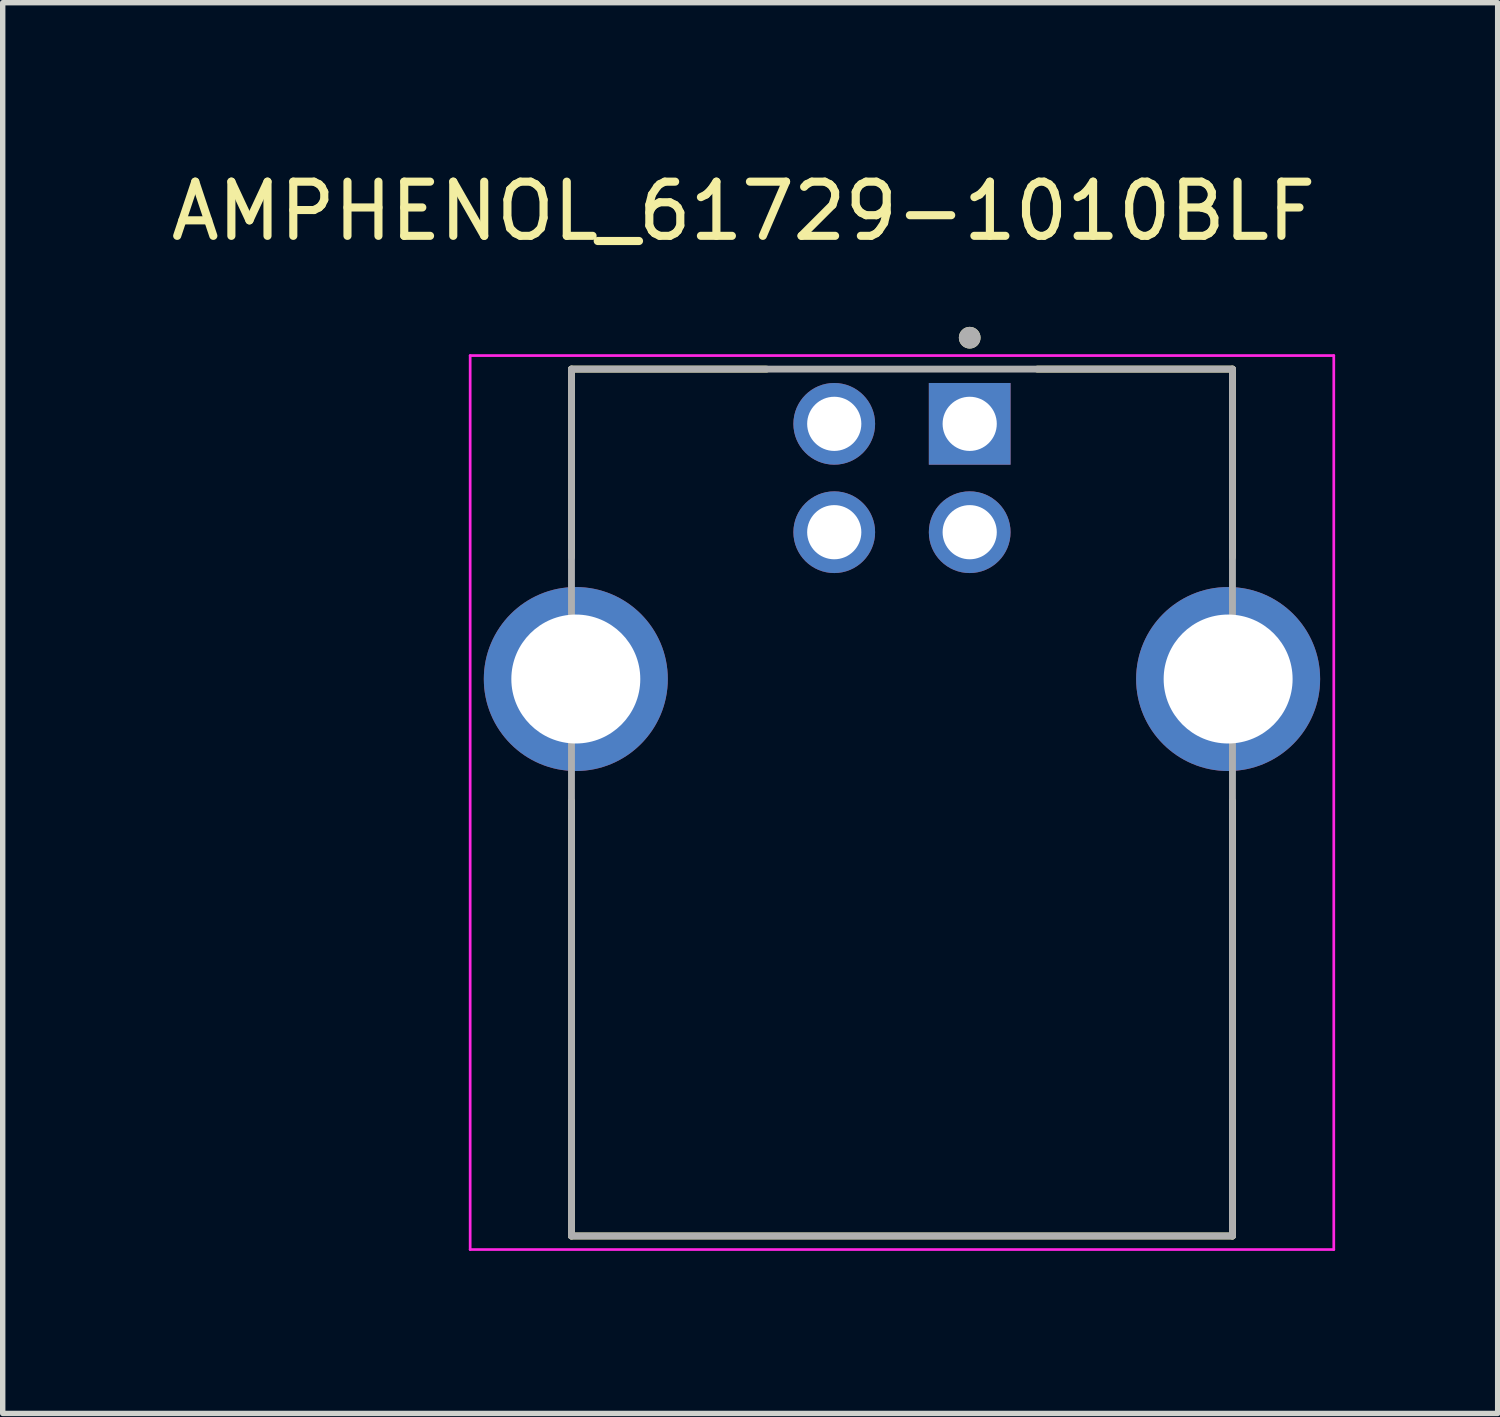
<source format=kicad_pcb>
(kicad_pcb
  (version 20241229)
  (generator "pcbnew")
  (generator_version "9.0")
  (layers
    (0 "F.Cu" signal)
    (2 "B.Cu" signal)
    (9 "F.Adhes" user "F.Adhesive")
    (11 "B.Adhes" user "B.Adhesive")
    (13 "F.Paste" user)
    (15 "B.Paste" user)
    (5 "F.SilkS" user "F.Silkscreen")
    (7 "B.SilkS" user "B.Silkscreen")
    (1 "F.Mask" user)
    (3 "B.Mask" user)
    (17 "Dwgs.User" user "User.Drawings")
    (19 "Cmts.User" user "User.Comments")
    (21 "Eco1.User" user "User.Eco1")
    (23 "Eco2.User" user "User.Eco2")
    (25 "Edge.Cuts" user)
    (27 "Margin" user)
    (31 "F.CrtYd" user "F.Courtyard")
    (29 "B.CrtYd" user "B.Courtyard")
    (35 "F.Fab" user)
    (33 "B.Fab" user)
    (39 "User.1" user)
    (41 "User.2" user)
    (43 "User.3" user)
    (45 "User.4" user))
  (footprint "AMPHENOL_61729-1010BLF"
    (layer "F.Cu")
    (at 13.598 9.483)
    (property "Reference" "AMPHENOL_61729-1010BLF" (at -2.925 -8.635 0) (layer "F.SilkS") (effects (font (size 1 1) (thickness 0.15))))
    (attr through_hole)
    (fp_line (start -6.1 -5.72) (end -6.1 -2.25) (stroke (width 0.127) (type solid)) (layer "F.SilkS"))
    (fp_line (start -6.1 -5.72) (end -2.5 -5.72) (stroke (width 0.127) (type solid)) (layer "F.SilkS"))
    (fp_line (start -6.1 2.25) (end -6.1 10.28) (stroke (width 0.127) (type solid)) (layer "F.SilkS"))
    (fp_line (start -6.1 10.28) (end 6.1 10.28) (stroke (width 0.127) (type solid)) (layer "F.SilkS"))
    (fp_line (start 2.5 -5.72) (end 6.1 -5.72) (stroke (width 0.127) (type solid)) (layer "F.SilkS"))
    (fp_line (start 6.1 -2.25) (end 6.1 -5.72) (stroke (width 0.127) (type solid)) (layer "F.SilkS"))
    (fp_line (start 6.1 10.28) (end 6.1 2.25) (stroke (width 0.127) (type solid)) (layer "F.SilkS"))
    (fp_circle (center 1.25 -6.3) (end 1.35 -6.3) (stroke (width 0.2) (type solid)) (fill no) (layer "F.SilkS"))
    (fp_line (start -7.97 -5.97) (end -7.97 10.53) (stroke (width 0.05) (type solid)) (layer "F.CrtYd"))
    (fp_line (start -7.97 10.53) (end 7.97 10.53) (stroke (width 0.05) (type solid)) (layer "F.CrtYd"))
    (fp_line (start 7.97 -5.97) (end -7.97 -5.97) (stroke (width 0.05) (type solid)) (layer "F.CrtYd"))
    (fp_line (start 7.97 10.53) (end 7.97 -5.97) (stroke (width 0.05) (type solid)) (layer "F.CrtYd"))
    (fp_line (start -6.1 -5.72) (end -6.1 10.28) (stroke (width 0.127) (type solid)) (layer "F.Fab"))
    (fp_line (start -6.1 10.28) (end 6.1 10.28) (stroke (width 0.127) (type solid)) (layer "F.Fab"))
    (fp_line (start 6.1 -5.72) (end -6.1 -5.72) (stroke (width 0.127) (type solid)) (layer "F.Fab"))
    (fp_line (start 6.1 10.28) (end 6.1 -5.72) (stroke (width 0.127) (type solid)) (layer "F.Fab"))
    (fp_circle (center 1.25 -6.3) (end 1.35 -6.3) (stroke (width 0.2) (type solid)) (fill no) (layer "F.Fab"))
    (pad "1" thru_hole rect (at 1.25 -4.71) (size 1.508 1.508) (drill 1) (layers "*.Cu" "*.Mask"))
    (pad "2" thru_hole circle (at -1.25 -4.71) (size 1.508 1.508) (drill 1) (layers "*.Cu" "*.Mask"))
    (pad "3" thru_hole circle (at -1.25 -2.71) (size 1.508 1.508) (drill 1) (layers "*.Cu" "*.Mask"))
    (pad "4" thru_hole circle (at 1.25 -2.71) (size 1.508 1.508) (drill 1) (layers "*.Cu" "*.Mask"))
    (pad "SH1" thru_hole circle (at -6.02 0) (size 3.396 3.396) (drill 2.38) (layers "*.Cu" "*.Mask"))
    (pad "SH2" thru_hole circle (at 6.02 0) (size 3.396 3.396) (drill 2.38) (layers "*.Cu" "*.Mask")))
  (gr_rect
    (start -3 -3)
    (end 24.593 23.038)
    (stroke (width 0.1) (type default))
    (fill no)
    (layer "Edge.Cuts")))
</source>
